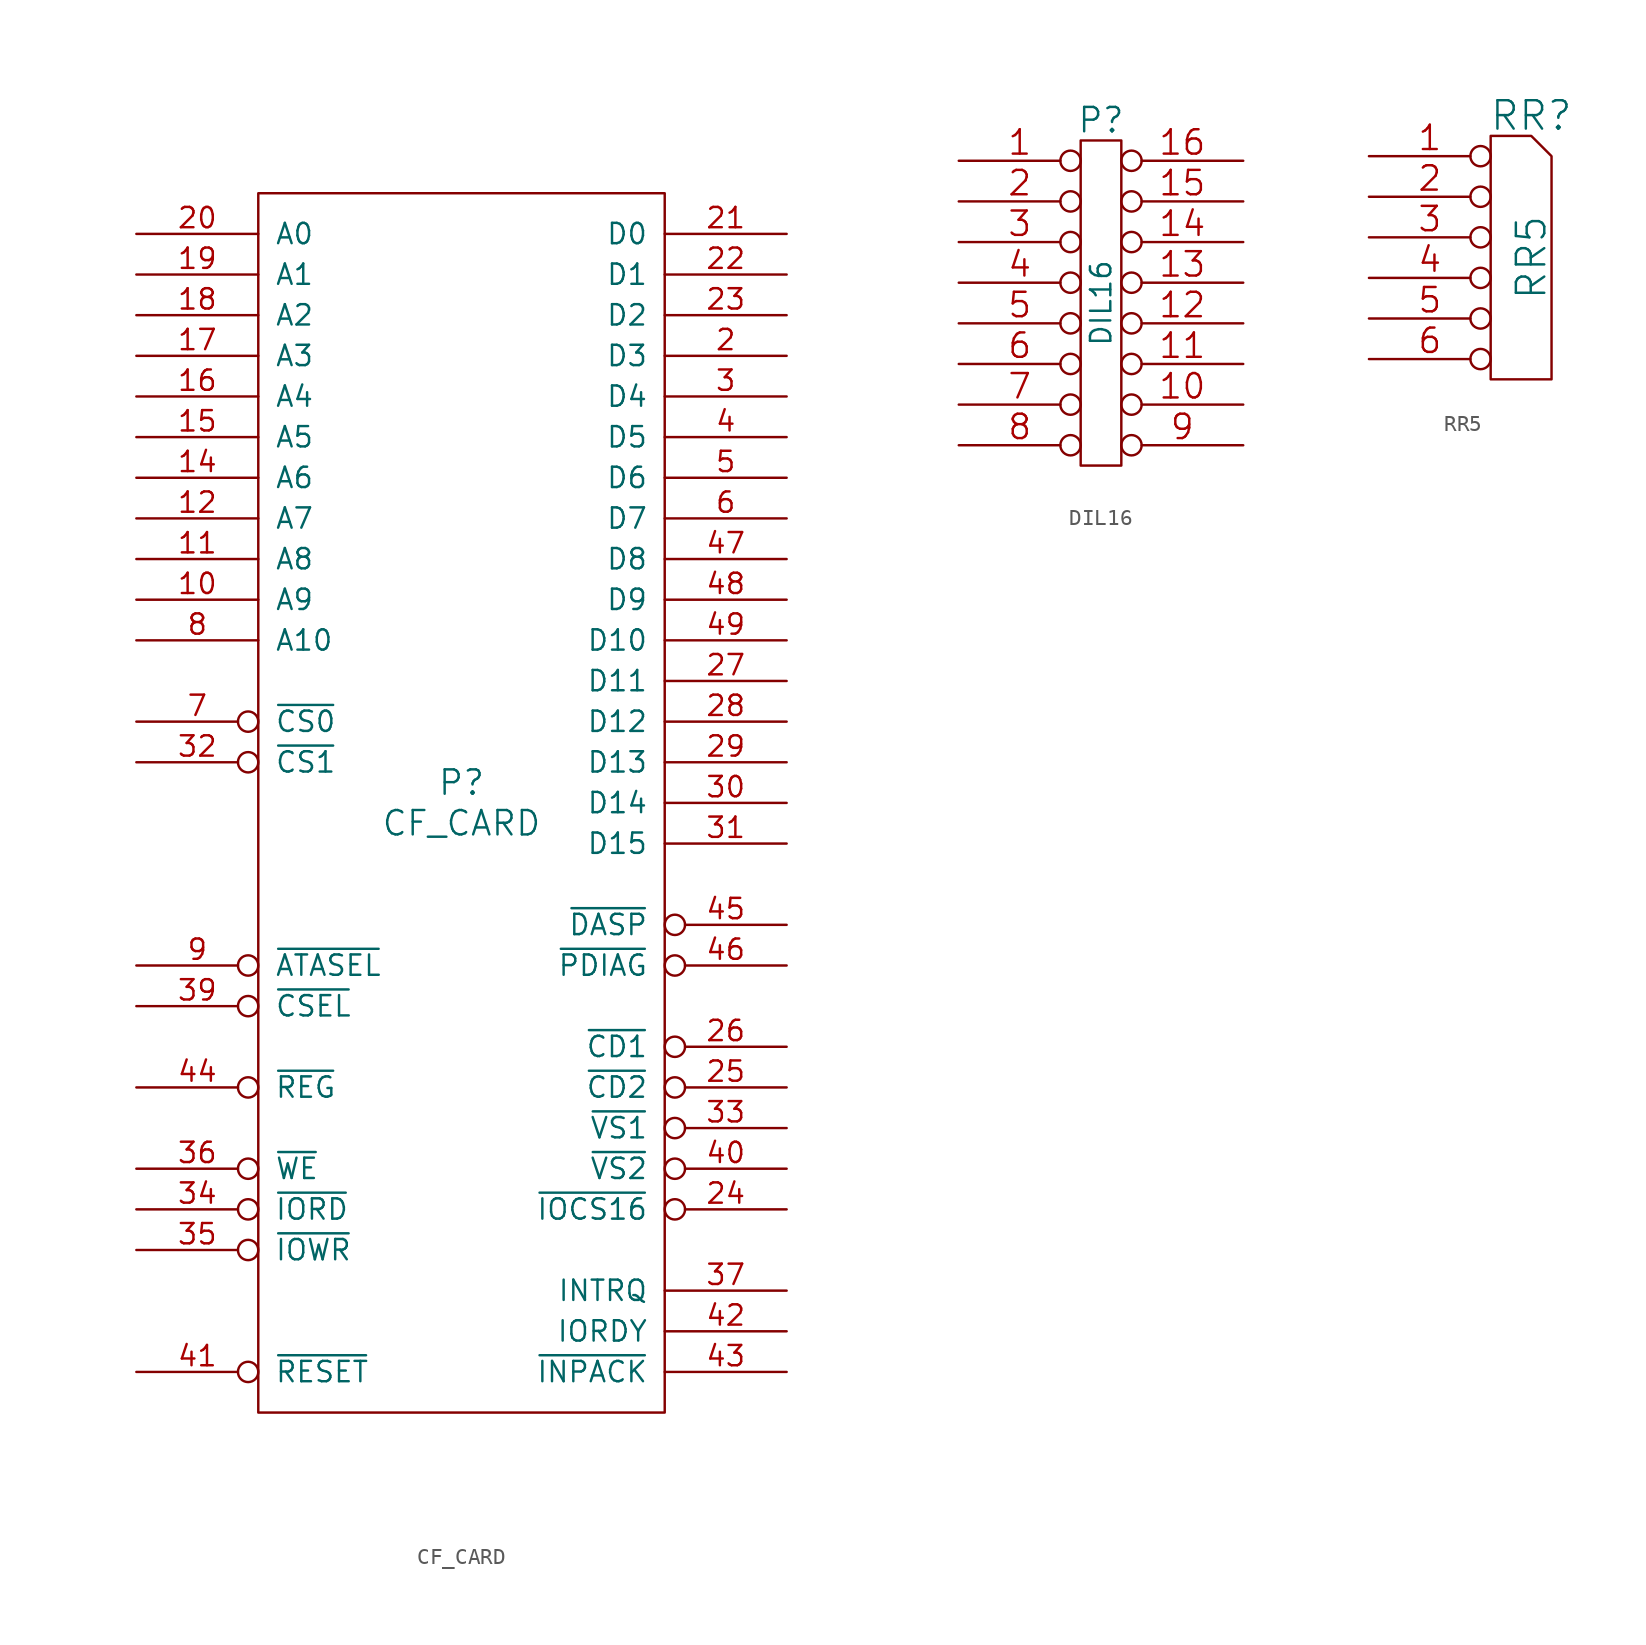
<source format=kicad_sym>
(kicad_symbol_lib
  (version 20220914)
  (generator kicad_symbol_editor)
  (symbol "CF_CARD"
    (pin_names
      (offset 1.016))
    (property "Reference" "P"
      (at 0 1.27 0)
      (effects (font (size 1.524 1.524))))
    (property "Value" "CF_CARD"
      (at 0 -1.27 0)
      (effects (font (size 1.524 1.524))))
    (symbol "CF_CARD_0_1"
      (rectangle (start -12.7 38.1) (end 12.7 -38.1) (stroke (width 0) (type solid)) (fill (type none))))
    (symbol "CF_CARD_1_1"
      (pin power_in line (at -2.54 -38.1 90) (length 0) hide (name "GND" (effects (font (size 1.27 1.27)))) (number "1" (effects (font (size 1.27 1.27)))))
      (pin input line (at -20.32 12.7 0) (length 7.62) (name "A9" (effects (font (size 1.27 1.27)))) (number "10" (effects (font (size 1.27 1.27)))))
      (pin input line (at -20.32 15.24 0) (length 7.62) (name "A8" (effects (font (size 1.27 1.27)))) (number "11" (effects (font (size 1.27 1.27)))))
      (pin input line (at -20.32 17.78 0) (length 7.62) (name "A7" (effects (font (size 1.27 1.27)))) (number "12" (effects (font (size 1.27 1.27)))))
      (pin power_in line (at -2.54 38.1 270) (length 0) hide (name "VCC" (effects (font (size 1.27 1.27)))) (number "13" (effects (font (size 1.27 1.27)))))
      (pin input line (at -20.32 20.32 0) (length 7.62) (name "A6" (effects (font (size 1.27 1.27)))) (number "14" (effects (font (size 1.27 1.27)))))
      (pin input line (at -20.32 22.86 0) (length 7.62) (name "A5" (effects (font (size 1.27 1.27)))) (number "15" (effects (font (size 1.27 1.27)))))
      (pin input line (at -20.32 25.4 0) (length 7.62) (name "A4" (effects (font (size 1.27 1.27)))) (number "16" (effects (font (size 1.27 1.27)))))
      (pin input line (at -20.32 27.94 0) (length 7.62) (name "A3" (effects (font (size 1.27 1.27)))) (number "17" (effects (font (size 1.27 1.27)))))
      (pin input line (at -20.32 30.48 0) (length 7.62) (name "A2" (effects (font (size 1.27 1.27)))) (number "18" (effects (font (size 1.27 1.27)))))
      (pin input line (at -20.32 33.02 0) (length 7.62) (name "A1" (effects (font (size 1.27 1.27)))) (number "19" (effects (font (size 1.27 1.27)))))
      (pin tri_state line (at 20.32 27.94 180) (length 7.62) (name "D3" (effects (font (size 1.27 1.27)))) (number "2" (effects (font (size 1.27 1.27)))))
      (pin input line (at -20.32 35.56 0) (length 7.62) (name "A0" (effects (font (size 1.27 1.27)))) (number "20" (effects (font (size 1.27 1.27)))))
      (pin tri_state line (at 20.32 35.56 180) (length 7.62) (name "D0" (effects (font (size 1.27 1.27)))) (number "21" (effects (font (size 1.27 1.27)))))
      (pin tri_state line (at 20.32 33.02 180) (length 7.62) (name "D1" (effects (font (size 1.27 1.27)))) (number "22" (effects (font (size 1.27 1.27)))))
      (pin tri_state line (at 20.32 30.48 180) (length 7.62) (name "D2" (effects (font (size 1.27 1.27)))) (number "23" (effects (font (size 1.27 1.27)))))
      (pin output inverted (at 20.32 -25.4 180) (length 7.62) (name "~{IOCS16}" (effects (font (size 1.27 1.27)))) (number "24" (effects (font (size 1.27 1.27)))))
      (pin output inverted (at 20.32 -17.78 180) (length 7.62) (name "~{CD2}" (effects (font (size 1.27 1.27)))) (number "25" (effects (font (size 1.27 1.27)))))
      (pin output inverted (at 20.32 -15.24 180) (length 7.62) (name "~{CD1}" (effects (font (size 1.27 1.27)))) (number "26" (effects (font (size 1.27 1.27)))))
      (pin tri_state line (at 20.32 7.62 180) (length 7.62) (name "D11" (effects (font (size 1.27 1.27)))) (number "27" (effects (font (size 1.27 1.27)))))
      (pin tri_state line (at 20.32 5.08 180) (length 7.62) (name "D12" (effects (font (size 1.27 1.27)))) (number "28" (effects (font (size 1.27 1.27)))))
      (pin tri_state line (at 20.32 2.54 180) (length 7.62) (name "D13" (effects (font (size 1.27 1.27)))) (number "29" (effects (font (size 1.27 1.27)))))
      (pin tri_state line (at 20.32 25.4 180) (length 7.62) (name "D4" (effects (font (size 1.27 1.27)))) (number "3" (effects (font (size 1.27 1.27)))))
      (pin tri_state line (at 20.32 0 180) (length 7.62) (name "D14" (effects (font (size 1.27 1.27)))) (number "30" (effects (font (size 1.27 1.27)))))
      (pin tri_state line (at 20.32 -2.54 180) (length 7.62) (name "D15" (effects (font (size 1.27 1.27)))) (number "31" (effects (font (size 1.27 1.27)))))
      (pin input inverted (at -20.32 2.54 0) (length 7.62) (name "~{CS1}" (effects (font (size 1.27 1.27)))) (number "32" (effects (font (size 1.27 1.27)))))
      (pin output inverted (at 20.32 -20.32 180) (length 7.62) (name "~{VS1}" (effects (font (size 1.27 1.27)))) (number "33" (effects (font (size 1.27 1.27)))))
      (pin input inverted (at -20.32 -25.4 0) (length 7.62) (name "~{IORD}" (effects (font (size 1.27 1.27)))) (number "34" (effects (font (size 1.27 1.27)))))
      (pin input inverted (at -20.32 -27.94 0) (length 7.62) (name "~{IOWR}" (effects (font (size 1.27 1.27)))) (number "35" (effects (font (size 1.27 1.27)))))
      (pin input inverted (at -20.32 -22.86 0) (length 7.62) (name "~{WE}" (effects (font (size 1.27 1.27)))) (number "36" (effects (font (size 1.27 1.27)))))
      (pin output line (at 20.32 -30.48 180) (length 7.62) (name "INTRQ" (effects (font (size 1.27 1.27)))) (number "37" (effects (font (size 1.27 1.27)))))
      (pin power_in line (at 2.54 38.1 270) (length 0) hide (name "VCC" (effects (font (size 1.27 1.27)))) (number "38" (effects (font (size 1.27 1.27)))))
      (pin input inverted (at -20.32 -12.7 0) (length 7.62) (name "~{CSEL}" (effects (font (size 1.27 1.27)))) (number "39" (effects (font (size 1.27 1.27)))))
      (pin tri_state line (at 20.32 22.86 180) (length 7.62) (name "D5" (effects (font (size 1.27 1.27)))) (number "4" (effects (font (size 1.27 1.27)))))
      (pin output inverted (at 20.32 -22.86 180) (length 7.62) (name "~{VS2}" (effects (font (size 1.27 1.27)))) (number "40" (effects (font (size 1.27 1.27)))))
      (pin input inverted (at -20.32 -35.56 0) (length 7.62) (name "~{RESET}" (effects (font (size 1.27 1.27)))) (number "41" (effects (font (size 1.27 1.27)))))
      (pin output line (at 20.32 -33.02 180) (length 7.62) (name "IORDY" (effects (font (size 1.27 1.27)))) (number "42" (effects (font (size 1.27 1.27)))))
      (pin output line (at 20.32 -35.56 180) (length 7.62) (name "~{INPACK}" (effects (font (size 1.27 1.27)))) (number "43" (effects (font (size 1.27 1.27)))))
      (pin input inverted (at -20.32 -17.78 0) (length 7.62) (name "~{REG}" (effects (font (size 1.27 1.27)))) (number "44" (effects (font (size 1.27 1.27)))))
      (pin output inverted (at 20.32 -7.62 180) (length 7.62) (name "~{DASP}" (effects (font (size 1.27 1.27)))) (number "45" (effects (font (size 1.27 1.27)))))
      (pin output inverted (at 20.32 -10.16 180) (length 7.62) (name "~{PDIAG}" (effects (font (size 1.27 1.27)))) (number "46" (effects (font (size 1.27 1.27)))))
      (pin tri_state line (at 20.32 15.24 180) (length 7.62) (name "D8" (effects (font (size 1.27 1.27)))) (number "47" (effects (font (size 1.27 1.27)))))
      (pin tri_state line (at 20.32 12.7 180) (length 7.62) (name "D9" (effects (font (size 1.27 1.27)))) (number "48" (effects (font (size 1.27 1.27)))))
      (pin tri_state line (at 20.32 10.16 180) (length 7.62) (name "D10" (effects (font (size 1.27 1.27)))) (number "49" (effects (font (size 1.27 1.27)))))
      (pin tri_state line (at 20.32 20.32 180) (length 7.62) (name "D6" (effects (font (size 1.27 1.27)))) (number "5" (effects (font (size 1.27 1.27)))))
      (pin power_in line (at 2.54 -38.1 90) (length 0) hide (name "GND" (effects (font (size 1.27 1.27)))) (number "50" (effects (font (size 1.27 1.27)))))
      (pin tri_state line (at 20.32 17.78 180) (length 7.62) (name "D7" (effects (font (size 1.27 1.27)))) (number "6" (effects (font (size 1.27 1.27)))))
      (pin input inverted (at -20.32 5.08 0) (length 7.62) (name "~{CS0}" (effects (font (size 1.27 1.27)))) (number "7" (effects (font (size 1.27 1.27)))))
      (pin input line (at -20.32 10.16 0) (length 7.62) (name "A10" (effects (font (size 1.27 1.27)))) (number "8" (effects (font (size 1.27 1.27)))))
      (pin input inverted (at -20.32 -10.16 0) (length 7.62) (name "~{ATASEL}" (effects (font (size 1.27 1.27)))) (number "9" (effects (font (size 1.27 1.27)))))))
  (symbol "DIL16"
    (pin_names
      (offset 1.016) hide)
    (property "Reference" "P"
      (at 0 11.43 0)
      (effects (font (size 1.524 1.524))))
    (property "Value" "DIL16"
      (at 0 0 90)
      (effects (font (size 1.27 1.27))))
    (symbol "DIL16_0_1"
      (rectangle (start -1.27 10.16) (end 1.27 -10.16) (stroke (width 0) (type solid)) (fill (type none))))
    (symbol "DIL16_1_1"
      (pin passive inverted (at -8.89 8.89 0) (length 7.62) (name "1" (effects (font (size 1.524 1.524)))) (number "1" (effects (font (size 1.524 1.524)))))
      (pin passive inverted (at 8.89 -6.35 180) (length 7.62) (name "10" (effects (font (size 1.524 1.524)))) (number "10" (effects (font (size 1.524 1.524)))))
      (pin passive inverted (at 8.89 -3.81 180) (length 7.62) (name "11" (effects (font (size 1.524 1.524)))) (number "11" (effects (font (size 1.524 1.524)))))
      (pin passive inverted (at 8.89 -1.27 180) (length 7.62) (name "12" (effects (font (size 1.524 1.524)))) (number "12" (effects (font (size 1.524 1.524)))))
      (pin passive inverted (at 8.89 1.27 180) (length 7.62) (name "13" (effects (font (size 1.524 1.524)))) (number "13" (effects (font (size 1.524 1.524)))))
      (pin passive inverted (at 8.89 3.81 180) (length 7.62) (name "14" (effects (font (size 1.524 1.524)))) (number "14" (effects (font (size 1.524 1.524)))))
      (pin passive inverted (at 8.89 6.35 180) (length 7.62) (name "15" (effects (font (size 1.524 1.524)))) (number "15" (effects (font (size 1.524 1.524)))))
      (pin passive inverted (at 8.89 8.89 180) (length 7.62) (name "16" (effects (font (size 1.524 1.524)))) (number "16" (effects (font (size 1.524 1.524)))))
      (pin passive inverted (at -8.89 6.35 0) (length 7.62) (name "2" (effects (font (size 1.524 1.524)))) (number "2" (effects (font (size 1.524 1.524)))))
      (pin passive inverted (at -8.89 3.81 0) (length 7.62) (name "3" (effects (font (size 1.524 1.524)))) (number "3" (effects (font (size 1.524 1.524)))))
      (pin passive inverted (at -8.89 1.27 0) (length 7.62) (name "4" (effects (font (size 1.524 1.524)))) (number "4" (effects (font (size 1.524 1.524)))))
      (pin passive inverted (at -8.89 -1.27 0) (length 7.62) (name "5" (effects (font (size 1.524 1.524)))) (number "5" (effects (font (size 1.524 1.524)))))
      (pin passive inverted (at -8.89 -3.81 0) (length 7.62) (name "6" (effects (font (size 1.524 1.524)))) (number "6" (effects (font (size 1.524 1.524)))))
      (pin passive inverted (at -8.89 -6.35 0) (length 7.62) (name "7" (effects (font (size 1.524 1.524)))) (number "7" (effects (font (size 1.524 1.524)))))
      (pin passive inverted (at -8.89 -8.89 0) (length 7.62) (name "8" (effects (font (size 1.524 1.524)))) (number "8" (effects (font (size 1.524 1.524)))))
      (pin passive inverted (at 8.89 -8.89 180) (length 7.62) (name "9" (effects (font (size 1.524 1.524)))) (number "9" (effects (font (size 1.524 1.524)))))))
  (symbol "RR5"
    (pin_names
      (offset 1.016) hide)
    (property "Reference" "RR"
      (at 1.27 8.89 0)
      (effects (font (size 1.778 1.778))))
    (property "Value" "RR5"
      (at 1.27 0 90)
      (effects (font (size 1.778 1.778))))
    (symbol "RR5_0_1"
      (polyline (pts (xy -1.27 -7.62) (xy -1.27 7.62) (xy 1.27 7.62) (xy 2.54 6.35) (xy 2.54 -7.62) (xy -1.27 -7.62)) (stroke (width 0) (type solid)) (fill (type none))))
    (symbol "RR5_1_1"
      (pin passive inverted (at -8.89 6.35 0) (length 7.62) (name "COM" (effects (font (size 1.524 1.524)))) (number "1" (effects (font (size 1.524 1.524)))))
      (pin passive inverted (at -8.89 3.81 0) (length 7.62) (name "2" (effects (font (size 1.524 1.524)))) (number "2" (effects (font (size 1.524 1.524)))))
      (pin passive inverted (at -8.89 1.27 0) (length 7.62) (name "3" (effects (font (size 1.524 1.524)))) (number "3" (effects (font (size 1.524 1.524)))))
      (pin passive inverted (at -8.89 -1.27 0) (length 7.62) (name "4" (effects (font (size 1.524 1.524)))) (number "4" (effects (font (size 1.524 1.524)))))
      (pin passive inverted (at -8.89 -3.81 0) (length 7.62) (name "5" (effects (font (size 1.524 1.524)))) (number "5" (effects (font (size 1.524 1.524)))))
      (pin passive inverted (at -8.89 -6.35 0) (length 7.62) (name "6" (effects (font (size 1.524 1.524)))) (number "6" (effects (font (size 1.524 1.524))))))))
</source>
